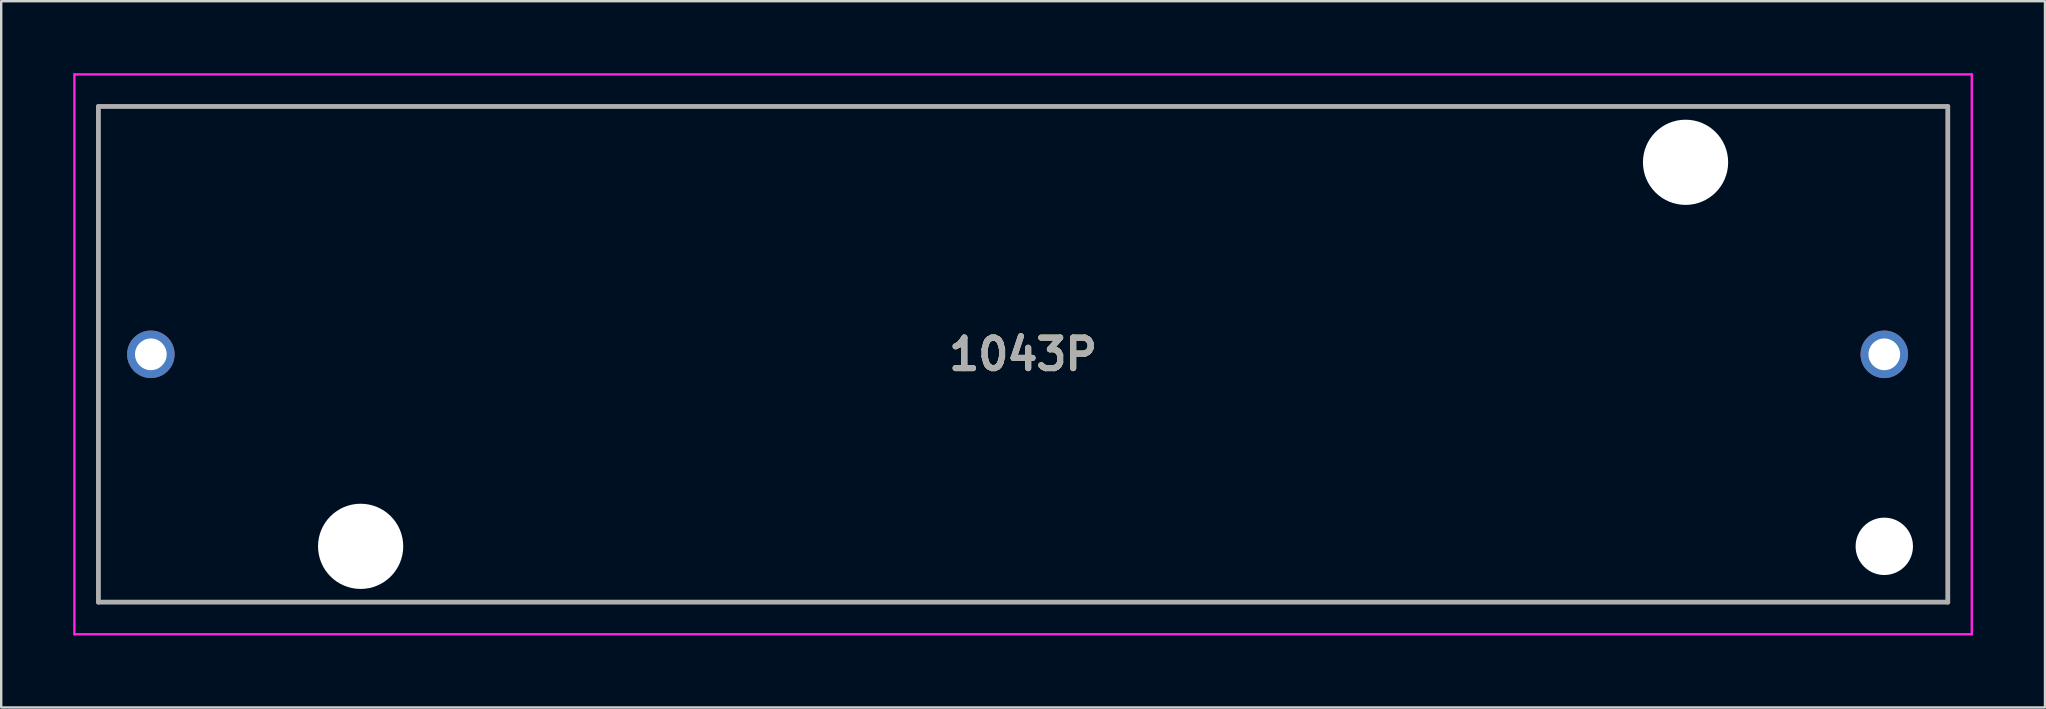
<source format=kicad_pcb>
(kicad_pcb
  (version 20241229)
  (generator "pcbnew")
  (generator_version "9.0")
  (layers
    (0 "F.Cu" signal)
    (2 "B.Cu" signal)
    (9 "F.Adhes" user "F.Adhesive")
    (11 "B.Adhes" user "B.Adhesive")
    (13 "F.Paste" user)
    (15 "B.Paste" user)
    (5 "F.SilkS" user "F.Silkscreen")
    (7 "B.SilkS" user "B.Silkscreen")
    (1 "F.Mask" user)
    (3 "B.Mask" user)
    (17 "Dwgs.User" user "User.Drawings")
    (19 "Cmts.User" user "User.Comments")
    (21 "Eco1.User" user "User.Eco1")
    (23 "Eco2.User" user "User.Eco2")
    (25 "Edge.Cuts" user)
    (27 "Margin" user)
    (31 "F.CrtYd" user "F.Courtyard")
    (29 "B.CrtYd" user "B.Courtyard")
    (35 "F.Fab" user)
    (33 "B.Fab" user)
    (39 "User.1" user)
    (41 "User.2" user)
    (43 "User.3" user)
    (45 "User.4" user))
  (footprint "1043P"
    (layer "F.Cu")
    (at 39.575 11.712)
    (property "Reference" "1043P" (at 0 0 0) (layer "F.SilkS") (effects (font (size 1.27 1.27) (thickness 0.254))))
    (attr through_hole)
    (fp_line (start -38.525 -10.325) (end 31 -10.325) (stroke (width 0.1) (type solid)) (layer "F.SilkS"))
    (fp_line (start -38.525 10.325) (end -38.525 -10.325) (stroke (width 0.1) (type solid)) (layer "F.SilkS"))
    (fp_line (start -24 10.325) (end -38.525 10.325) (stroke (width 0.1) (type solid)) (layer "F.SilkS"))
    (fp_line (start 31 -10.325) (end 38.525 -10.325) (stroke (width 0.1) (type solid)) (layer "F.SilkS"))
    (fp_line (start 38.525 -10.325) (end 38.525 10.325) (stroke (width 0.1) (type solid)) (layer "F.SilkS"))
    (fp_line (start 38.525 10.325) (end -24 10.325) (stroke (width 0.1) (type solid)) (layer "F.SilkS"))
    (fp_line (start -39.525 -11.662) (end 39.525 -11.662) (stroke (width 0.1) (type solid)) (layer "F.CrtYd"))
    (fp_line (start -39.525 11.662) (end -39.525 -11.662) (stroke (width 0.1) (type solid)) (layer "F.CrtYd"))
    (fp_line (start 39.525 -11.662) (end 39.525 11.662) (stroke (width 0.1) (type solid)) (layer "F.CrtYd"))
    (fp_line (start 39.525 11.662) (end -39.525 11.662) (stroke (width 0.1) (type solid)) (layer "F.CrtYd"))
    (fp_line (start -38.525 -10.325) (end 38.525 -10.325) (stroke (width 0.2) (type solid)) (layer "F.Fab"))
    (fp_line (start -38.525 10.325) (end -38.525 -10.325) (stroke (width 0.2) (type solid)) (layer "F.Fab"))
    (fp_line (start 38.525 -10.325) (end 38.525 10.325) (stroke (width 0.2) (type solid)) (layer "F.Fab"))
    (fp_line (start 38.525 10.325) (end -38.525 10.325) (stroke (width 0.2) (type solid)) (layer "F.Fab"))
    (fp_text user "${REFERENCE}" (at 0 0 0) (layer "F.Fab") (effects (font (size 1.27 1.27) (thickness 0.254))))
    (pad "" np_thru_hole circle (at -27.6 8) (size 3.55 3.55) (drill 3.55) (layers "*.Cu" "*.Mask"))
    (pad "" np_thru_hole circle (at 27.6 -8) (size 3.55 3.55) (drill 3.55) (layers "*.Cu" "*.Mask"))
    (pad "" np_thru_hole circle (at 35.88 8) (size 2.39 2.39) (drill 2.39) (layers "*.Cu" "*.Mask"))
    (pad "1" thru_hole circle (at 35.88 0) (size 1.98 1.98) (drill 1.32) (layers "*.Cu" "*.Mask"))
    (pad "2" thru_hole circle (at -36.34 0) (size 1.98 1.98) (drill 1.32) (layers "*.Cu" "*.Mask")))
  (gr_rect
    (start -3 -3)
    (end 82.15 26.424)
    (stroke (width 0.1) (type default))
    (fill no)
    (layer "Edge.Cuts")))
</source>
